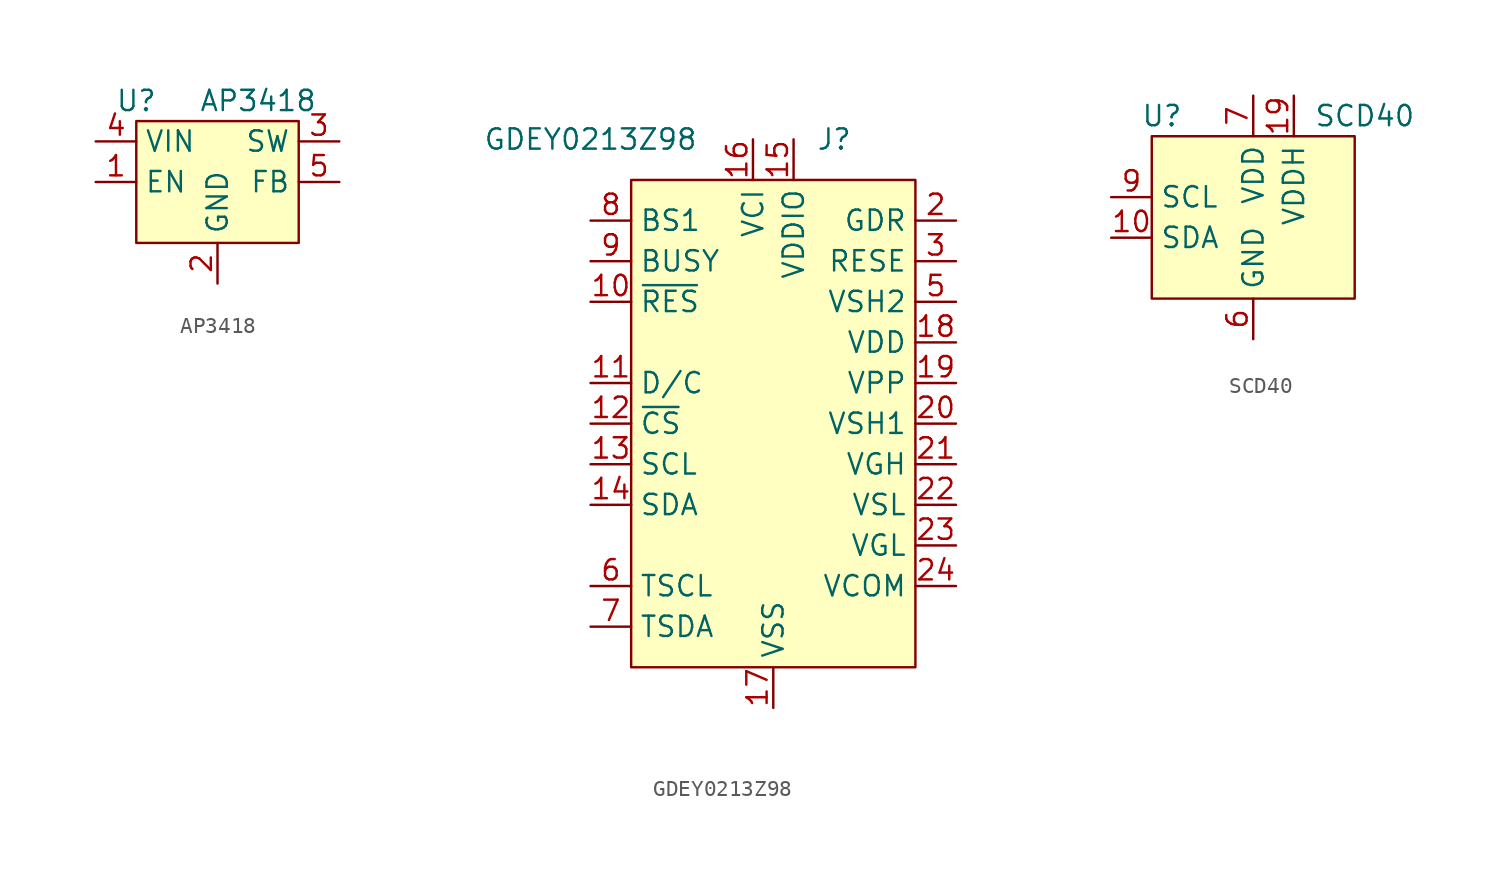
<source format=kicad_sym>
(kicad_symbol_lib
  (version 20211014)
  (generator kicad_symbol_editor)
  (symbol "AP3418"
    (property "Reference" "U"
      (at -5.08 5.08 0)
      (effects (font (size 1.27 1.27))))
    (property "Value" "AP3418"
      (at 2.54 5.08 0)
      (effects (font (size 1.27 1.27))))
    (symbol "AP3418_0_1"
      (rectangle (start -5.08 3.81) (end 5.08 -3.81) (stroke (width 0.152) (type default) (color 0 0 0 0)) (fill (type background))))
    (symbol "AP3418_1_1"
      (pin input line (at -7.62 0 0) (length 2.54) (name "EN" (effects (font (size 1.27 1.27)))) (number "1" (effects (font (size 1.27 1.27)))))
      (pin power_in line (at 0 -6.35 90) (length 2.54) (name "GND" (effects (font (size 1.27 1.27)))) (number "2" (effects (font (size 1.27 1.27)))))
      (pin power_out line (at 7.62 2.54 180) (length 2.54) (name "SW" (effects (font (size 1.27 1.27)))) (number "3" (effects (font (size 1.27 1.27)))))
      (pin power_in line (at -7.62 2.54 0) (length 2.54) (name "VIN" (effects (font (size 1.27 1.27)))) (number "4" (effects (font (size 1.27 1.27)))))
      (pin input line (at 7.62 0 180) (length 2.54) (name "FB" (effects (font (size 1.27 1.27)))) (number "5" (effects (font (size 1.27 1.27)))))))
  (symbol "GDEY0213Z98"
    (property "Reference" "J"
      (at 3.81 17.78 0)
      (effects (font (size 1.27 1.27))))
    (property "Value" "GDEY0213Z98"
      (at -11.43 17.78 0)
      (effects (font (size 1.27 1.27))))
    (symbol "GDEY0213Z98_0_1"
      (rectangle (start -8.89 15.24) (end 8.89 -15.24) (stroke (width 0.152) (type default) (color 0 0 0 0)) (fill (type background))))
    (symbol "GDEY0213Z98_1_1"
      (pin input line (at -11.43 7.62 0) (length 2.54) (name "~{RES}" (effects (font (size 1.27 1.27)))) (number "10" (effects (font (size 1.27 1.27)))))
      (pin input line (at -11.43 2.54 0) (length 2.54) (name "D/C" (effects (font (size 1.27 1.27)))) (number "11" (effects (font (size 1.27 1.27)))))
      (pin input line (at -11.43 0 0) (length 2.54) (name "~{CS}" (effects (font (size 1.27 1.27)))) (number "12" (effects (font (size 1.27 1.27)))))
      (pin input line (at -11.43 -2.54 0) (length 2.54) (name "SCL" (effects (font (size 1.27 1.27)))) (number "13" (effects (font (size 1.27 1.27)))))
      (pin bidirectional line (at -11.43 -5.08 0) (length 2.54) (name "SDA" (effects (font (size 1.27 1.27)))) (number "14" (effects (font (size 1.27 1.27)))))
      (pin power_in line (at 1.27 17.78 270) (length 2.54) (name "VDDIO" (effects (font (size 1.27 1.27)))) (number "15" (effects (font (size 1.27 1.27)))))
      (pin power_in line (at -1.27 17.78 270) (length 2.54) (name "VCI" (effects (font (size 1.27 1.27)))) (number "16" (effects (font (size 1.27 1.27)))))
      (pin power_in line (at 0 -17.78 90) (length 2.54) (name "VSS" (effects (font (size 1.27 1.27)))) (number "17" (effects (font (size 1.27 1.27)))))
      (pin passive line (at 11.43 5.08 180) (length 2.54) (name "VDD" (effects (font (size 1.27 1.27)))) (number "18" (effects (font (size 1.27 1.27)))))
      (pin unspecified line (at 11.43 2.54 180) (length 2.54) (name "VPP" (effects (font (size 1.27 1.27)))) (number "19" (effects (font (size 1.27 1.27)))))
      (pin output line (at 11.43 12.7 180) (length 2.54) (name "GDR" (effects (font (size 1.27 1.27)))) (number "2" (effects (font (size 1.27 1.27)))))
      (pin passive line (at 11.43 0 180) (length 2.54) (name "VSH1" (effects (font (size 1.27 1.27)))) (number "20" (effects (font (size 1.27 1.27)))))
      (pin passive line (at 11.43 -2.54 180) (length 2.54) (name "VGH" (effects (font (size 1.27 1.27)))) (number "21" (effects (font (size 1.27 1.27)))))
      (pin passive line (at 11.43 -5.08 180) (length 2.54) (name "VSL" (effects (font (size 1.27 1.27)))) (number "22" (effects (font (size 1.27 1.27)))))
      (pin passive line (at 11.43 -7.62 180) (length 2.54) (name "VGL" (effects (font (size 1.27 1.27)))) (number "23" (effects (font (size 1.27 1.27)))))
      (pin passive line (at 11.43 -10.16 180) (length 2.54) (name "VCOM" (effects (font (size 1.27 1.27)))) (number "24" (effects (font (size 1.27 1.27)))))
      (pin input line (at 11.43 10.16 180) (length 2.54) (name "RESE" (effects (font (size 1.27 1.27)))) (number "3" (effects (font (size 1.27 1.27)))))
      (pin passive line (at 11.43 7.62 180) (length 2.54) (name "VSH2" (effects (font (size 1.27 1.27)))) (number "5" (effects (font (size 1.27 1.27)))))
      (pin output line (at -11.43 -10.16 0) (length 2.54) (name "TSCL" (effects (font (size 1.27 1.27)))) (number "6" (effects (font (size 1.27 1.27)))))
      (pin bidirectional line (at -11.43 -12.7 0) (length 2.54) (name "TSDA" (effects (font (size 1.27 1.27)))) (number "7" (effects (font (size 1.27 1.27)))))
      (pin input line (at -11.43 12.7 0) (length 2.54) (name "BS1" (effects (font (size 1.27 1.27)))) (number "8" (effects (font (size 1.27 1.27)))))
      (pin output line (at -11.43 10.16 0) (length 2.54) (name "BUSY" (effects (font (size 1.27 1.27)))) (number "9" (effects (font (size 1.27 1.27)))))))
  (symbol "SCD40"
    (property "Reference" "U"
      (at -5.715 6.35 0)
      (effects (font (size 1.27 1.27))))
    (property "Value" "SCD40"
      (at 6.985 6.35 0)
      (effects (font (size 1.27 1.27))))
    (symbol "SCD40_0_1"
      (rectangle (start -6.35 5.08) (end 6.35 -5.08) (stroke (width 0) (type default) (color 0 0 0 0)) (fill (type background))))
    (symbol "SCD40_1_1"
      (pin bidirectional line (at -8.89 -1.27 0) (length 2.54) (name "SDA" (effects (font (size 1.27 1.27)))) (number "10" (effects (font (size 1.27 1.27)))))
      (pin power_in line (at 2.54 7.62 270) (length 2.54) (name "VDDH" (effects (font (size 1.27 1.27)))) (number "19" (effects (font (size 1.27 1.27)))))
      (pin power_in line (at 0 -7.62 90) (length 2.54) hide (name "GND" (effects (font (size 1.27 1.27)))) (number "20" (effects (font (size 1.27 1.27)))))
      (pin power_in line (at 0 -7.62 90) (length 2.54) hide (name "GND" (effects (font (size 1.27 1.27)))) (number "21" (effects (font (size 1.27 1.27)))))
      (pin power_in line (at 0 -7.62 90) (length 2.54) (name "GND" (effects (font (size 1.27 1.27)))) (number "6" (effects (font (size 1.27 1.27)))))
      (pin power_in line (at 0 7.62 270) (length 2.54) (name "VDD" (effects (font (size 1.27 1.27)))) (number "7" (effects (font (size 1.27 1.27)))))
      (pin bidirectional line (at -8.89 1.27 0) (length 2.54) (name "SCL" (effects (font (size 1.27 1.27)))) (number "9" (effects (font (size 1.27 1.27))))))))
</source>
